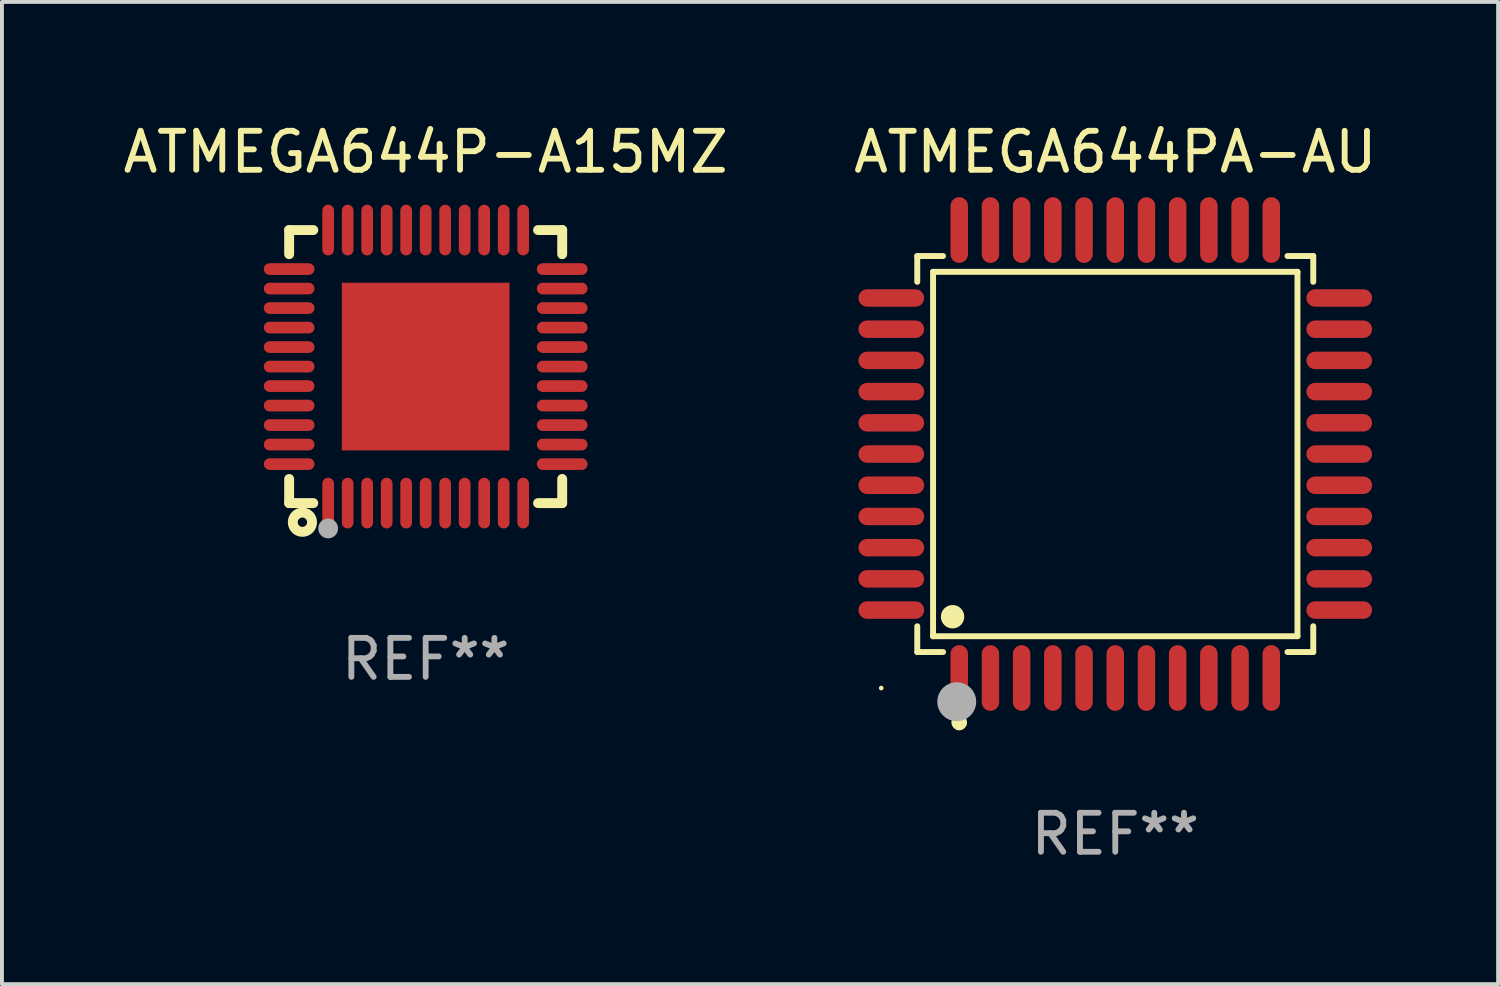
<source format=kicad_pcb>
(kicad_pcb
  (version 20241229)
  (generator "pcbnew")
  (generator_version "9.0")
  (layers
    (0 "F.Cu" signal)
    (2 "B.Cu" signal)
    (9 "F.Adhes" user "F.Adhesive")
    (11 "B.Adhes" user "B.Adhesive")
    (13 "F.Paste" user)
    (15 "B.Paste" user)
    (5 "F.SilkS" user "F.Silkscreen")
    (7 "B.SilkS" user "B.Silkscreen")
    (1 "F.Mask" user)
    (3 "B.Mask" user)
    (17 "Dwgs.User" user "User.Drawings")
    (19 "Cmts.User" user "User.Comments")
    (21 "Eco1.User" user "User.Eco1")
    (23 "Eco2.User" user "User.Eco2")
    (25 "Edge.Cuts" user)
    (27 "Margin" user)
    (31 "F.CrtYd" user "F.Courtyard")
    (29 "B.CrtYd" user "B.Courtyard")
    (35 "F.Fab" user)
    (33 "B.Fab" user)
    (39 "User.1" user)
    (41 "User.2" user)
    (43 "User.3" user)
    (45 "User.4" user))
  (footprint "ATMEGA644P-A15MZ"
    (layer "F.Cu")
    (at 7.863 6.348)
    (property "Reference" "ATMEGA644P-A15MZ" (at 0 -5.5 0) (layer "F.SilkS") (effects (font (size 1 1) (thickness 0.15))))
    (attr through_hole)
    (fp_line (start -3.5 -3.5) (end -2.881 -3.5) (stroke (width 0.254) (type solid)) (layer "F.SilkS"))
    (fp_line (start -3.5 -2.881) (end -3.5 -3.5) (stroke (width 0.254) (type solid)) (layer "F.SilkS"))
    (fp_line (start -3.5 3.5) (end -3.5 2.881) (stroke (width 0.254) (type solid)) (layer "F.SilkS"))
    (fp_line (start -2.881 3.5) (end -3.5 3.5) (stroke (width 0.254) (type solid)) (layer "F.SilkS"))
    (fp_line (start 2.881 -3.5) (end 3.5 -3.5) (stroke (width 0.254) (type solid)) (layer "F.SilkS"))
    (fp_line (start 3.5 -3.5) (end 3.5 -2.881) (stroke (width 0.254) (type solid)) (layer "F.SilkS"))
    (fp_line (start 3.5 2.881) (end 3.5 3.5) (stroke (width 0.254) (type solid)) (layer "F.SilkS"))
    (fp_line (start 3.5 3.5) (end 2.881 3.5) (stroke (width 0.254) (type solid)) (layer "F.SilkS"))
    (fp_circle (center -3.5 3.5) (end -3.47 3.5) (stroke (width 0.06) (type solid)) (fill no) (layer "F.SilkS"))
    (fp_circle (center -3.16 3.99) (end -3.04 3.99) (stroke (width 0.254) (type solid)) (fill no) (layer "F.SilkS"))
    (fp_circle (center -2.5 4.15) (end -2.373 4.15) (stroke (width 0.254) (type solid)) (fill no) (layer "F.Fab"))
    (fp_text user "REF**" (at 0 7.5 0) (layer "F.Fab") (effects (font (size 1 1) (thickness 0.15))))
    (pad "1" smd oval (at -2.5 3.5 90) (size 1.3 0.3) (layers "F.Cu" "F.Mask" "F.Paste"))
    (pad "2" smd oval (at -2 3.5 90) (size 1.3 0.3) (layers "F.Cu" "F.Mask" "F.Paste"))
    (pad "3" smd oval (at -1.5 3.5 90) (size 1.3 0.3) (layers "F.Cu" "F.Mask" "F.Paste"))
    (pad "4" smd oval (at -1 3.5 90) (size 1.3 0.3) (layers "F.Cu" "F.Mask" "F.Paste"))
    (pad "5" smd oval (at -0.5 3.5 90) (size 1.3 0.3) (layers "F.Cu" "F.Mask" "F.Paste"))
    (pad "6" smd oval (at -0.000127 3.5 90) (size 1.3 0.3) (layers "F.Cu" "F.Mask" "F.Paste"))
    (pad "7" smd oval (at 0.5 3.5 90) (size 1.3 0.3) (layers "F.Cu" "F.Mask" "F.Paste"))
    (pad "8" smd oval (at 1 3.5 90) (size 1.3 0.3) (layers "F.Cu" "F.Mask" "F.Paste"))
    (pad "9" smd oval (at 1.5 3.5 90) (size 1.3 0.3) (layers "F.Cu" "F.Mask" "F.Paste"))
    (pad "10" smd oval (at 2 3.5 90) (size 1.3 0.3) (layers "F.Cu" "F.Mask" "F.Paste"))
    (pad "11" smd oval (at 2.5 3.5 90) (size 1.3 0.3) (layers "F.Cu" "F.Mask" "F.Paste"))
    (pad "12" smd oval (at 3.5 2.5 90) (size 0.3 1.3) (layers "F.Cu" "F.Mask" "F.Paste"))
    (pad "13" smd oval (at 3.5 2 90) (size 0.3 1.3) (layers "F.Cu" "F.Mask" "F.Paste"))
    (pad "14" smd oval (at 3.5 1.5 90) (size 0.3 1.3) (layers "F.Cu" "F.Mask" "F.Paste"))
    (pad "15" smd oval (at 3.5 1 90) (size 0.3 1.3) (layers "F.Cu" "F.Mask" "F.Paste"))
    (pad "16" smd oval (at 3.5 0.5 90) (size 0.3 1.3) (layers "F.Cu" "F.Mask" "F.Paste"))
    (pad "17" smd oval (at 3.5 0.000127 90) (size 0.3 1.3) (layers "F.Cu" "F.Mask" "F.Paste"))
    (pad "18" smd oval (at 3.5 -0.5 90) (size 0.3 1.3) (layers "F.Cu" "F.Mask" "F.Paste"))
    (pad "19" smd oval (at 3.5 -1 90) (size 0.3 1.3) (layers "F.Cu" "F.Mask" "F.Paste"))
    (pad "20" smd oval (at 3.5 -1.5 90) (size 0.3 1.3) (layers "F.Cu" "F.Mask" "F.Paste"))
    (pad "21" smd oval (at 3.5 -2 90) (size 0.3 1.3) (layers "F.Cu" "F.Mask" "F.Paste"))
    (pad "22" smd oval (at 3.5 -2.5 90) (size 0.3 1.3) (layers "F.Cu" "F.Mask" "F.Paste"))
    (pad "23" smd oval (at 2.5 -3.5 90) (size 1.3 0.3) (layers "F.Cu" "F.Mask" "F.Paste"))
    (pad "24" smd oval (at 2 -3.5 90) (size 1.3 0.3) (layers "F.Cu" "F.Mask" "F.Paste"))
    (pad "25" smd oval (at 1.5 -3.5 90) (size 1.3 0.3) (layers "F.Cu" "F.Mask" "F.Paste"))
    (pad "26" smd oval (at 1 -3.5 90) (size 1.3 0.3) (layers "F.Cu" "F.Mask" "F.Paste"))
    (pad "27" smd oval (at 0.5 -3.5 90) (size 1.3 0.3) (layers "F.Cu" "F.Mask" "F.Paste"))
    (pad "28" smd oval (at -0.000127 -3.5 90) (size 1.3 0.3) (layers "F.Cu" "F.Mask" "F.Paste"))
    (pad "29" smd oval (at -0.5 -3.5 90) (size 1.3 0.3) (layers "F.Cu" "F.Mask" "F.Paste"))
    (pad "30" smd oval (at -1 -3.5 90) (size 1.3 0.3) (layers "F.Cu" "F.Mask" "F.Paste"))
    (pad "31" smd oval (at -1.5 -3.5 90) (size 1.3 0.3) (layers "F.Cu" "F.Mask" "F.Paste"))
    (pad "32" smd oval (at -2 -3.5 90) (size 1.3 0.3) (layers "F.Cu" "F.Mask" "F.Paste"))
    (pad "33" smd oval (at -2.5 -3.5 90) (size 1.3 0.3) (layers "F.Cu" "F.Mask" "F.Paste"))
    (pad "34" smd oval (at -3.5 -2.5 90) (size 0.3 1.3) (layers "F.Cu" "F.Mask" "F.Paste"))
    (pad "35" smd oval (at -3.5 -2 90) (size 0.3 1.3) (layers "F.Cu" "F.Mask" "F.Paste"))
    (pad "36" smd oval (at -3.5 -1.5 90) (size 0.3 1.3) (layers "F.Cu" "F.Mask" "F.Paste"))
    (pad "37" smd oval (at -3.5 -1 90) (size 0.3 1.3) (layers "F.Cu" "F.Mask" "F.Paste"))
    (pad "38" smd oval (at -3.5 -0.5 90) (size 0.3 1.3) (layers "F.Cu" "F.Mask" "F.Paste"))
    (pad "39" smd oval (at -3.5 0.000127 90) (size 0.3 1.3) (layers "F.Cu" "F.Mask" "F.Paste"))
    (pad "40" smd oval (at -3.5 0.5 90) (size 0.3 1.3) (layers "F.Cu" "F.Mask" "F.Paste"))
    (pad "41" smd oval (at -3.5 1 90) (size 0.3 1.3) (layers "F.Cu" "F.Mask" "F.Paste"))
    (pad "42" smd oval (at -3.5 1.5 90) (size 0.3 1.3) (layers "F.Cu" "F.Mask" "F.Paste"))
    (pad "43" smd oval (at -3.5 2 90) (size 0.3 1.3) (layers "F.Cu" "F.Mask" "F.Paste"))
    (pad "44" smd oval (at -3.5 2.5 90) (size 0.3 1.3) (layers "F.Cu" "F.Mask" "F.Paste"))
    (pad "45" smd rect (at -0.000127 0.000127 90) (size 4.3 4.3) (layers "F.Cu" "F.Mask" "F.Paste")))
  (footprint "ATMEGA644PA-AU"
    (layer "F.Cu")
    (at 25.542 8.59)
    (property "Reference" "ATMEGA644PA-AU" (at 0 -7.742 0) (layer "F.SilkS") (effects (font (size 1 1) (thickness 0.15))))
    (attr through_hole)
    (fp_line (start -5.076 -5.076) (end -4.415 -5.076) (stroke (width 0.152) (type solid)) (layer "F.SilkS"))
    (fp_line (start -5.076 -4.415) (end -5.076 -5.076) (stroke (width 0.152) (type solid)) (layer "F.SilkS"))
    (fp_line (start -5.076 4.415) (end -5.076 5.076) (stroke (width 0.152) (type solid)) (layer "F.SilkS"))
    (fp_line (start -5.076 5.076) (end -4.415 5.076) (stroke (width 0.152) (type solid)) (layer "F.SilkS"))
    (fp_line (start -4.671 -4.671) (end 4.671 -4.671) (stroke (width 0.152) (type solid)) (layer "F.SilkS"))
    (fp_line (start -4.671 4.671) (end -4.671 -4.671) (stroke (width 0.152) (type solid)) (layer "F.SilkS"))
    (fp_line (start 4.671 -4.671) (end 4.671 4.671) (stroke (width 0.152) (type solid)) (layer "F.SilkS"))
    (fp_line (start 4.671 4.671) (end -4.671 4.671) (stroke (width 0.152) (type solid)) (layer "F.SilkS"))
    (fp_line (start 5.076 -5.076) (end 4.415 -5.076) (stroke (width 0.152) (type solid)) (layer "F.SilkS"))
    (fp_line (start 5.076 -4.415) (end 5.076 -5.076) (stroke (width 0.152) (type solid)) (layer "F.SilkS"))
    (fp_line (start 5.076 4.415) (end 5.076 5.076) (stroke (width 0.152) (type solid)) (layer "F.SilkS"))
    (fp_line (start 5.076 5.076) (end 4.415 5.076) (stroke (width 0.152) (type solid)) (layer "F.SilkS"))
    (fp_circle (center -6 6) (end -5.97 6) (stroke (width 0.06) (type solid)) (fill no) (layer "F.SilkS"))
    (fp_circle (center -4.171 4.171) (end -4.021 4.171) (stroke (width 0.3) (type solid)) (fill no) (layer "F.SilkS"))
    (fp_circle (center -4 6.884) (end -3.9 6.884) (stroke (width 0.2) (type solid)) (fill no) (layer "F.SilkS"))
    (fp_circle (center -4.064 6.35) (end -3.814 6.35) (stroke (width 0.5) (type solid)) (fill no) (layer "F.Fab"))
    (fp_text user "REF**" (at 0 9.742 0) (layer "F.Fab") (effects (font (size 1 1) (thickness 0.15))))
    (pad "1" smd oval (at -4 5.742) (size 0.448 1.684) (layers "F.Cu" "F.Mask" "F.Paste"))
    (pad "2" smd oval (at -3.2 5.742) (size 0.448 1.684) (layers "F.Cu" "F.Mask" "F.Paste"))
    (pad "3" smd oval (at -2.4 5.742) (size 0.448 1.684) (layers "F.Cu" "F.Mask" "F.Paste"))
    (pad "4" smd oval (at -1.6 5.742) (size 0.448 1.684) (layers "F.Cu" "F.Mask" "F.Paste"))
    (pad "5" smd oval (at -0.8 5.742) (size 0.448 1.684) (layers "F.Cu" "F.Mask" "F.Paste"))
    (pad "6" smd oval (at 0 5.742) (size 0.448 1.684) (layers "F.Cu" "F.Mask" "F.Paste"))
    (pad "7" smd oval (at 0.8 5.742) (size 0.448 1.684) (layers "F.Cu" "F.Mask" "F.Paste"))
    (pad "8" smd oval (at 1.6 5.742) (size 0.448 1.684) (layers "F.Cu" "F.Mask" "F.Paste"))
    (pad "9" smd oval (at 2.4 5.742) (size 0.448 1.684) (layers "F.Cu" "F.Mask" "F.Paste"))
    (pad "10" smd oval (at 3.2 5.742) (size 0.448 1.684) (layers "F.Cu" "F.Mask" "F.Paste"))
    (pad "11" smd oval (at 4 5.742) (size 0.448 1.684) (layers "F.Cu" "F.Mask" "F.Paste"))
    (pad "12" smd oval (at 5.742 4) (size 1.684 0.448) (layers "F.Cu" "F.Mask" "F.Paste"))
    (pad "13" smd oval (at 5.742 3.2) (size 1.684 0.448) (layers "F.Cu" "F.Mask" "F.Paste"))
    (pad "14" smd oval (at 5.742 2.4) (size 1.684 0.448) (layers "F.Cu" "F.Mask" "F.Paste"))
    (pad "15" smd oval (at 5.742 1.6) (size 1.684 0.448) (layers "F.Cu" "F.Mask" "F.Paste"))
    (pad "16" smd oval (at 5.742 0.8) (size 1.684 0.448) (layers "F.Cu" "F.Mask" "F.Paste"))
    (pad "17" smd oval (at 5.742 0) (size 1.684 0.448) (layers "F.Cu" "F.Mask" "F.Paste"))
    (pad "18" smd oval (at 5.742 -0.8) (size 1.684 0.448) (layers "F.Cu" "F.Mask" "F.Paste"))
    (pad "19" smd oval (at 5.742 -1.6) (size 1.684 0.448) (layers "F.Cu" "F.Mask" "F.Paste"))
    (pad "20" smd oval (at 5.742 -2.4) (size 1.684 0.448) (layers "F.Cu" "F.Mask" "F.Paste"))
    (pad "21" smd oval (at 5.742 -3.2) (size 1.684 0.448) (layers "F.Cu" "F.Mask" "F.Paste"))
    (pad "22" smd oval (at 5.742 -4) (size 1.684 0.448) (layers "F.Cu" "F.Mask" "F.Paste"))
    (pad "23" smd oval (at 4 -5.742) (size 0.448 1.684) (layers "F.Cu" "F.Mask" "F.Paste"))
    (pad "24" smd oval (at 3.2 -5.742) (size 0.448 1.684) (layers "F.Cu" "F.Mask" "F.Paste"))
    (pad "25" smd oval (at 2.4 -5.742) (size 0.448 1.684) (layers "F.Cu" "F.Mask" "F.Paste"))
    (pad "26" smd oval (at 1.6 -5.742) (size 0.448 1.684) (layers "F.Cu" "F.Mask" "F.Paste"))
    (pad "27" smd oval (at 0.8 -5.742) (size 0.448 1.684) (layers "F.Cu" "F.Mask" "F.Paste"))
    (pad "28" smd oval (at 0 -5.742) (size 0.448 1.684) (layers "F.Cu" "F.Mask" "F.Paste"))
    (pad "29" smd oval (at -0.8 -5.742) (size 0.448 1.684) (layers "F.Cu" "F.Mask" "F.Paste"))
    (pad "30" smd oval (at -1.6 -5.742) (size 0.448 1.684) (layers "F.Cu" "F.Mask" "F.Paste"))
    (pad "31" smd oval (at -2.4 -5.742) (size 0.448 1.684) (layers "F.Cu" "F.Mask" "F.Paste"))
    (pad "32" smd oval (at -3.2 -5.742) (size 0.448 1.684) (layers "F.Cu" "F.Mask" "F.Paste"))
    (pad "33" smd oval (at -4 -5.742) (size 0.448 1.684) (layers "F.Cu" "F.Mask" "F.Paste"))
    (pad "34" smd oval (at -5.742 -4) (size 1.684 0.448) (layers "F.Cu" "F.Mask" "F.Paste"))
    (pad "35" smd oval (at -5.742 -3.2) (size 1.684 0.448) (layers "F.Cu" "F.Mask" "F.Paste"))
    (pad "36" smd oval (at -5.742 -2.4) (size 1.684 0.448) (layers "F.Cu" "F.Mask" "F.Paste"))
    (pad "37" smd oval (at -5.742 -1.6) (size 1.684 0.448) (layers "F.Cu" "F.Mask" "F.Paste"))
    (pad "38" smd oval (at -5.742 -0.8) (size 1.684 0.448) (layers "F.Cu" "F.Mask" "F.Paste"))
    (pad "39" smd oval (at -5.742 0) (size 1.684 0.448) (layers "F.Cu" "F.Mask" "F.Paste"))
    (pad "40" smd oval (at -5.742 0.8) (size 1.684 0.448) (layers "F.Cu" "F.Mask" "F.Paste"))
    (pad "41" smd oval (at -5.742 1.6) (size 1.684 0.448) (layers "F.Cu" "F.Mask" "F.Paste"))
    (pad "42" smd oval (at -5.742 2.4) (size 1.684 0.448) (layers "F.Cu" "F.Mask" "F.Paste"))
    (pad "43" smd oval (at -5.742 3.2) (size 1.684 0.448) (layers "F.Cu" "F.Mask" "F.Paste"))
    (pad "44" smd oval (at -5.742 4) (size 1.684 0.448) (layers "F.Cu" "F.Mask" "F.Paste")))
  (gr_rect
    (start -3 -3)
    (end 35.357 22.18)
    (stroke (width 0.1) (type default))
    (fill no)
    (layer "Edge.Cuts")))
</source>
